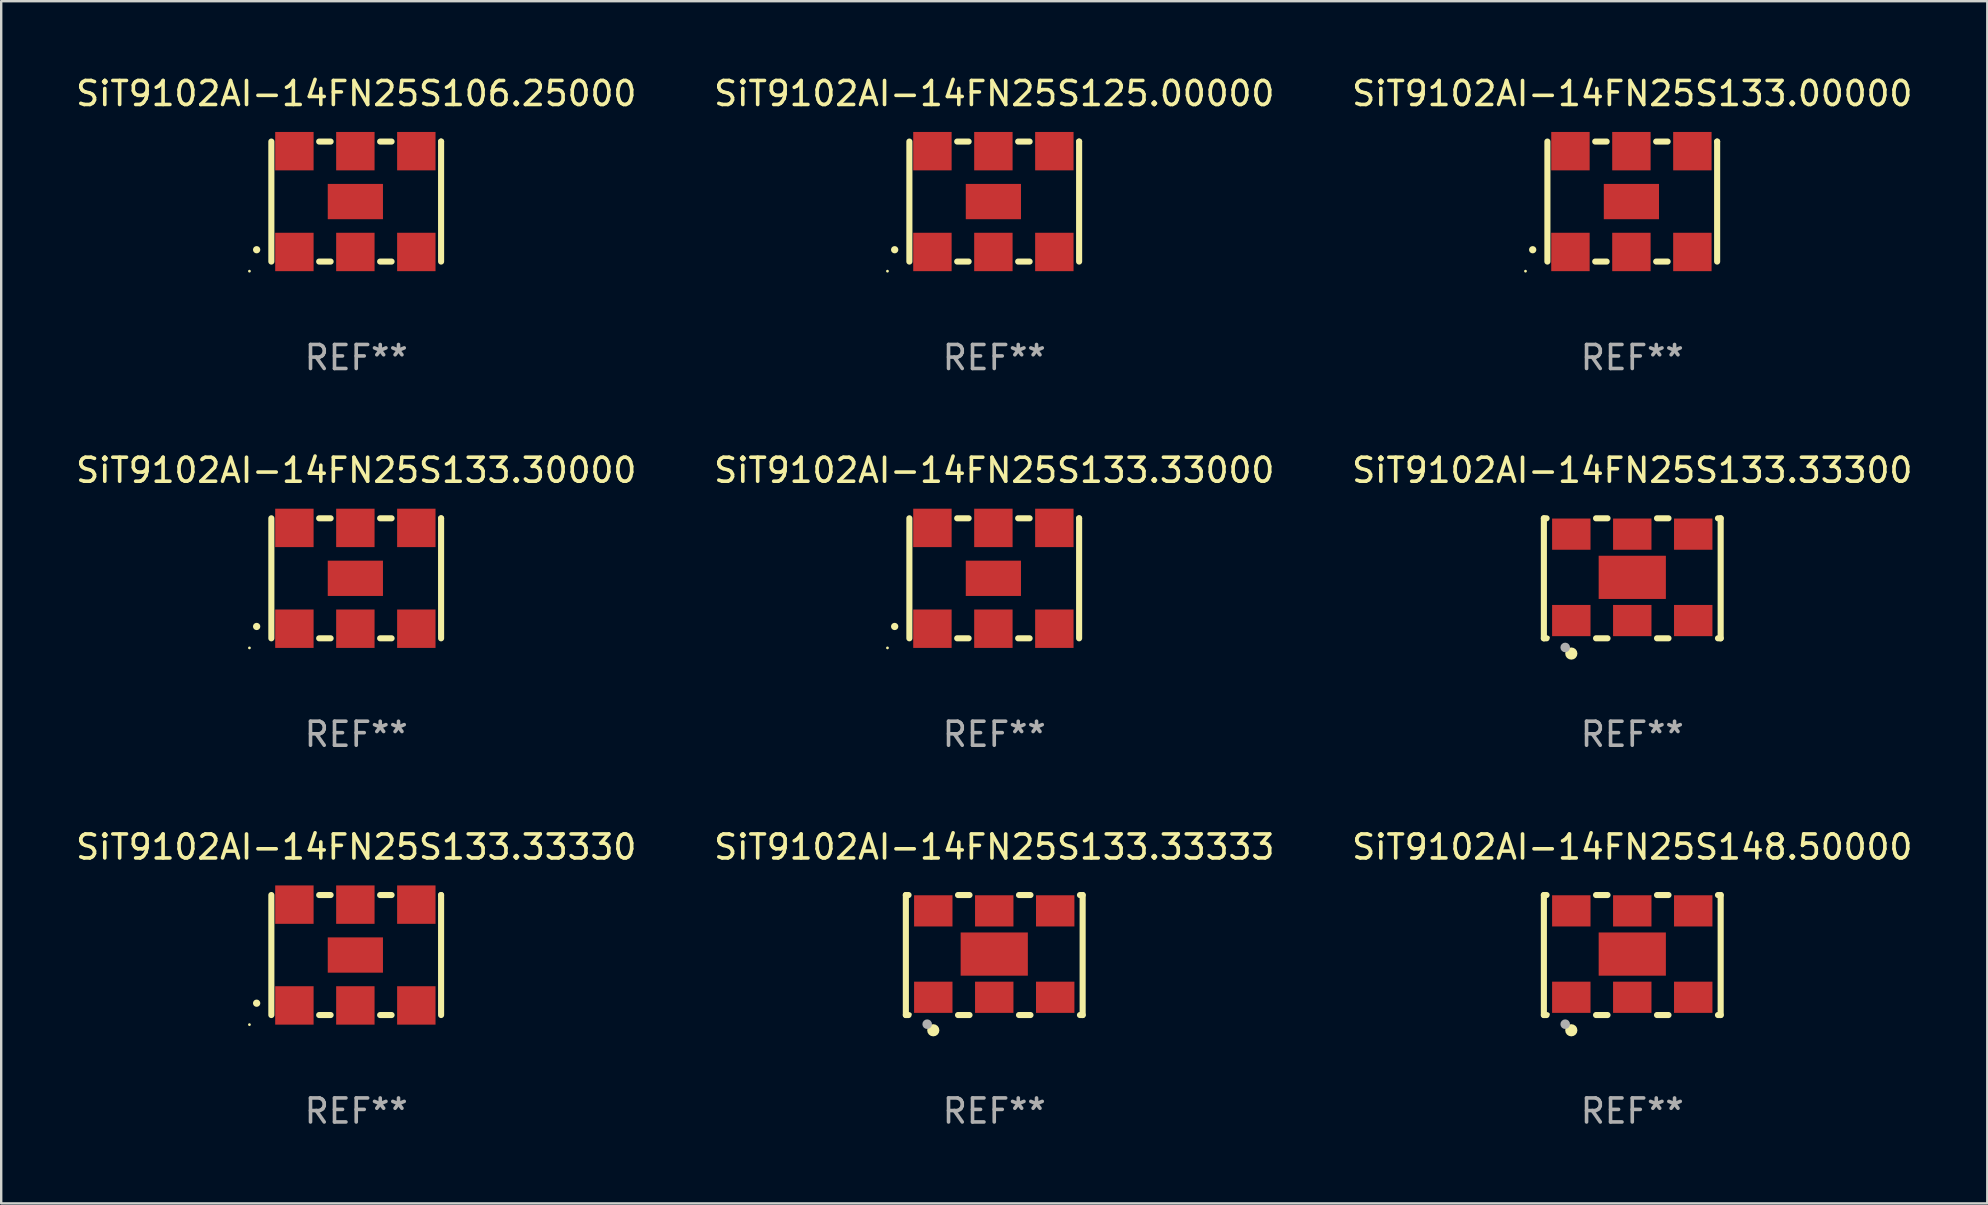
<source format=kicad_pcb>
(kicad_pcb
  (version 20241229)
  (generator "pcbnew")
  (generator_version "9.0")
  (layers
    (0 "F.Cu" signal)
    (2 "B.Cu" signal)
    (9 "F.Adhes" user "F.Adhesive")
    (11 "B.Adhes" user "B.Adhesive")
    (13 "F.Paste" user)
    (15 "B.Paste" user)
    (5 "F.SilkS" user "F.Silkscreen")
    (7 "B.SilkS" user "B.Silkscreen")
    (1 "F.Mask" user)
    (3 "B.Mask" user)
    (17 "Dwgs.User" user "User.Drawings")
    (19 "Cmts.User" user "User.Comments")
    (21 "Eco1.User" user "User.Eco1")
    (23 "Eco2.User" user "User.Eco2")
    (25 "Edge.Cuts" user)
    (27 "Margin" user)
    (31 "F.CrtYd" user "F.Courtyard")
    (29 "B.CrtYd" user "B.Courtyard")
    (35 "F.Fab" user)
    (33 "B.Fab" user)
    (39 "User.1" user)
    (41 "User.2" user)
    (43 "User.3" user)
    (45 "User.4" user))
  (footprint "SiT9102AI-14FN25S148.50000"
    (layer "F.Cu")
    (at 64.958 36.741)
    (property "Reference" "SiT9102AI-14FN25S148.50000" (at 0 -4.5 0) (layer "F.SilkS") (effects (font (size 1 1) (thickness 0.15))))
    (attr through_hole)
    (fp_line (start -3.683 -2.5) (end -3.571 -2.5) (stroke (width 0.254) (type solid)) (layer "F.SilkS"))
    (fp_line (start -3.683 2.5) (end -3.683 -2.5) (stroke (width 0.254) (type solid)) (layer "F.SilkS"))
    (fp_line (start -3.683 2.5) (end -3.571 2.5) (stroke (width 0.254) (type solid)) (layer "F.SilkS"))
    (fp_line (start -1.509 -2.5) (end -1.031 -2.5) (stroke (width 0.254) (type solid)) (layer "F.SilkS"))
    (fp_line (start -1.509 2.5) (end -1.031 2.5) (stroke (width 0.254) (type solid)) (layer "F.SilkS"))
    (fp_line (start 1.031 -2.5) (end 1.509 -2.5) (stroke (width 0.254) (type solid)) (layer "F.SilkS"))
    (fp_line (start 1.031 2.5) (end 1.509 2.5) (stroke (width 0.254) (type solid)) (layer "F.SilkS"))
    (fp_line (start 3.571 -2.5) (end 3.683 -2.5) (stroke (width 0.254) (type solid)) (layer "F.SilkS"))
    (fp_line (start 3.571 2.5) (end 3.683 2.5) (stroke (width 0.254) (type solid)) (layer "F.SilkS"))
    (fp_line (start 3.683 2.5) (end 3.683 -2.5) (stroke (width 0.254) (type solid)) (layer "F.SilkS"))
    (fp_circle (center -3.5 2.46) (end -3.47 2.46) (stroke (width 0.06) (type solid)) (fill no) (layer "F.SilkS"))
    (fp_circle (center -2.54 3.135) (end -2.413 3.135) (stroke (width 0.254) (type solid)) (fill no) (layer "F.SilkS"))
    (fp_circle (center -2.794 2.881) (end -2.694 2.881) (stroke (width 0.2) (type solid)) (fill no) (layer "F.Fab"))
    (fp_text user "REF**" (at 0 6.5 0) (layer "F.Fab") (effects (font (size 1 1) (thickness 0.15))))
    (pad "1" smd rect (at -2.54 1.76) (size 1.6 1.3) (layers "F.Cu" "F.Mask" "F.Paste"))
    (pad "2" smd rect (at 0 1.76) (size 1.6 1.3) (layers "F.Cu" "F.Mask" "F.Paste"))
    (pad "3" smd rect (at 2.54 1.76) (size 1.6 1.3) (layers "F.Cu" "F.Mask" "F.Paste"))
    (pad "4" smd rect (at 2.54 -1.84) (size 1.6 1.3) (layers "F.Cu" "F.Mask" "F.Paste"))
    (pad "5" smd rect (at 0 -1.84) (size 1.6 1.3) (layers "F.Cu" "F.Mask" "F.Paste"))
    (pad "6" smd rect (at -2.54 -1.84) (size 1.6 1.3) (layers "F.Cu" "F.Mask" "F.Paste"))
    (pad "7" smd rect (at 0 -0.04) (size 2.8 1.8) (layers "F.Cu" "F.Mask" "F.Paste")))
  (footprint "SiT9102AI-14FN25S133.33000"
    (layer "F.Cu")
    (at 38.375 21.045)
    (property "Reference" "SiT9102AI-14FN25S133.33000" (at 0 -4.5 0) (layer "F.SilkS") (effects (font (size 1 1) (thickness 0.15))))
    (attr through_hole)
    (fp_line (start -3.536 -2.5) (end -3.536 2.5) (stroke (width 0.254) (type solid)) (layer "F.SilkS"))
    (fp_line (start -1.544 2.5) (end -1.067 2.5) (stroke (width 0.254) (type solid)) (layer "F.SilkS"))
    (fp_line (start -1.067 -2.5) (end -1.544 -2.5) (stroke (width 0.254) (type solid)) (layer "F.SilkS"))
    (fp_line (start 0.996 2.5) (end 1.473 2.5) (stroke (width 0.254) (type solid)) (layer "F.SilkS"))
    (fp_line (start 1.473 -2.5) (end 0.996 -2.5) (stroke (width 0.254) (type solid)) (layer "F.SilkS"))
    (fp_line (start 3.536 -2.5) (end 3.536 -2.5) (stroke (width 0.254) (type solid)) (layer "F.SilkS"))
    (fp_line (start 3.536 2.5) (end 3.536 -2.5) (stroke (width 0.254) (type solid)) (layer "F.SilkS"))
    (fp_arc (start -4.150432 2.006604) (mid -4.149162 2.006599) (end -4.147892 2.006604) (stroke (width 0.3) (type solid)) (layer "F.SilkS"))
    (fp_circle (center -4.449 2.9) (end -4.419 2.9) (stroke (width 0.06) (type solid)) (fill no) (layer "F.SilkS"))
    (fp_text user "REF**" (at 0 6.5 0) (layer "F.Fab") (effects (font (size 1 1) (thickness 0.15))))
    (pad "1" smd rect (at -2.576 2.1) (size 1.6 1.6) (layers "F.Cu" "F.Mask" "F.Paste"))
    (pad "2" smd rect (at -0.036 2.1) (size 1.6 1.6) (layers "F.Cu" "F.Mask" "F.Paste"))
    (pad "3" smd rect (at 2.504 2.1) (size 1.6 1.6) (layers "F.Cu" "F.Mask" "F.Paste"))
    (pad "4" smd rect (at 2.504 -2.1) (size 1.6 1.6) (layers "F.Cu" "F.Mask" "F.Paste"))
    (pad "5" smd rect (at -0.036 -2.1) (size 1.6 1.6) (layers "F.Cu" "F.Mask" "F.Paste"))
    (pad "6" smd rect (at -2.576 -2.1) (size 1.6 1.6) (layers "F.Cu" "F.Mask" "F.Paste"))
    (pad "7" smd rect (at -0.036 0) (size 2.3 1.47) (layers "F.Cu" "F.Mask" "F.Paste")))
  (footprint "SiT9102AI-14FN25S133.30000"
    (layer "F.Cu")
    (at 11.792 21.045)
    (property "Reference" "SiT9102AI-14FN25S133.30000" (at 0 -4.5 0) (layer "F.SilkS") (effects (font (size 1 1) (thickness 0.15))))
    (attr through_hole)
    (fp_line (start -3.536 -2.5) (end -3.536 2.5) (stroke (width 0.254) (type solid)) (layer "F.SilkS"))
    (fp_line (start -1.544 2.5) (end -1.067 2.5) (stroke (width 0.254) (type solid)) (layer "F.SilkS"))
    (fp_line (start -1.067 -2.5) (end -1.544 -2.5) (stroke (width 0.254) (type solid)) (layer "F.SilkS"))
    (fp_line (start 0.996 2.5) (end 1.473 2.5) (stroke (width 0.254) (type solid)) (layer "F.SilkS"))
    (fp_line (start 1.473 -2.5) (end 0.996 -2.5) (stroke (width 0.254) (type solid)) (layer "F.SilkS"))
    (fp_line (start 3.536 -2.5) (end 3.536 -2.5) (stroke (width 0.254) (type solid)) (layer "F.SilkS"))
    (fp_line (start 3.536 2.5) (end 3.536 -2.5) (stroke (width 0.254) (type solid)) (layer "F.SilkS"))
    (fp_arc (start -4.150432 2.006604) (mid -4.149162 2.006599) (end -4.147892 2.006604) (stroke (width 0.3) (type solid)) (layer "F.SilkS"))
    (fp_circle (center -4.449 2.9) (end -4.419 2.9) (stroke (width 0.06) (type solid)) (fill no) (layer "F.SilkS"))
    (fp_text user "REF**" (at 0 6.5 0) (layer "F.Fab") (effects (font (size 1 1) (thickness 0.15))))
    (pad "1" smd rect (at -2.576 2.1) (size 1.6 1.6) (layers "F.Cu" "F.Mask" "F.Paste"))
    (pad "2" smd rect (at -0.036 2.1) (size 1.6 1.6) (layers "F.Cu" "F.Mask" "F.Paste"))
    (pad "3" smd rect (at 2.504 2.1) (size 1.6 1.6) (layers "F.Cu" "F.Mask" "F.Paste"))
    (pad "4" smd rect (at 2.504 -2.1) (size 1.6 1.6) (layers "F.Cu" "F.Mask" "F.Paste"))
    (pad "5" smd rect (at -0.036 -2.1) (size 1.6 1.6) (layers "F.Cu" "F.Mask" "F.Paste"))
    (pad "6" smd rect (at -2.576 -2.1) (size 1.6 1.6) (layers "F.Cu" "F.Mask" "F.Paste"))
    (pad "7" smd rect (at -0.036 0) (size 2.3 1.47) (layers "F.Cu" "F.Mask" "F.Paste")))
  (footprint "SiT9102AI-14FN25S133.33330"
    (layer "F.Cu")
    (at 11.792 36.741)
    (property "Reference" "SiT9102AI-14FN25S133.33330" (at 0 -4.5 0) (layer "F.SilkS") (effects (font (size 1 1) (thickness 0.15))))
    (attr through_hole)
    (fp_line (start -3.536 -2.5) (end -3.536 2.5) (stroke (width 0.254) (type solid)) (layer "F.SilkS"))
    (fp_line (start -1.544 2.5) (end -1.067 2.5) (stroke (width 0.254) (type solid)) (layer "F.SilkS"))
    (fp_line (start -1.067 -2.5) (end -1.544 -2.5) (stroke (width 0.254) (type solid)) (layer "F.SilkS"))
    (fp_line (start 0.996 2.5) (end 1.473 2.5) (stroke (width 0.254) (type solid)) (layer "F.SilkS"))
    (fp_line (start 1.473 -2.5) (end 0.996 -2.5) (stroke (width 0.254) (type solid)) (layer "F.SilkS"))
    (fp_line (start 3.536 -2.5) (end 3.536 -2.5) (stroke (width 0.254) (type solid)) (layer "F.SilkS"))
    (fp_line (start 3.536 2.5) (end 3.536 -2.5) (stroke (width 0.254) (type solid)) (layer "F.SilkS"))
    (fp_arc (start -4.150432 2.006604) (mid -4.149162 2.006599) (end -4.147892 2.006604) (stroke (width 0.3) (type solid)) (layer "F.SilkS"))
    (fp_circle (center -4.449 2.9) (end -4.419 2.9) (stroke (width 0.06) (type solid)) (fill no) (layer "F.SilkS"))
    (fp_text user "REF**" (at 0 6.5 0) (layer "F.Fab") (effects (font (size 1 1) (thickness 0.15))))
    (pad "1" smd rect (at -2.576 2.1) (size 1.6 1.6) (layers "F.Cu" "F.Mask" "F.Paste"))
    (pad "2" smd rect (at -0.036 2.1) (size 1.6 1.6) (layers "F.Cu" "F.Mask" "F.Paste"))
    (pad "3" smd rect (at 2.504 2.1) (size 1.6 1.6) (layers "F.Cu" "F.Mask" "F.Paste"))
    (pad "4" smd rect (at 2.504 -2.1) (size 1.6 1.6) (layers "F.Cu" "F.Mask" "F.Paste"))
    (pad "5" smd rect (at -0.036 -2.1) (size 1.6 1.6) (layers "F.Cu" "F.Mask" "F.Paste"))
    (pad "6" smd rect (at -2.576 -2.1) (size 1.6 1.6) (layers "F.Cu" "F.Mask" "F.Paste"))
    (pad "7" smd rect (at -0.036 0) (size 2.3 1.47) (layers "F.Cu" "F.Mask" "F.Paste")))
  (footprint "SiT9102AI-14FN25S133.00000"
    (layer "F.Cu")
    (at 64.958 5.348)
    (property "Reference" "SiT9102AI-14FN25S133.00000" (at 0 -4.5 0) (layer "F.SilkS") (effects (font (size 1 1) (thickness 0.15))))
    (attr through_hole)
    (fp_line (start -3.536 -2.5) (end -3.536 2.5) (stroke (width 0.254) (type solid)) (layer "F.SilkS"))
    (fp_line (start -1.544 2.5) (end -1.067 2.5) (stroke (width 0.254) (type solid)) (layer "F.SilkS"))
    (fp_line (start -1.067 -2.5) (end -1.544 -2.5) (stroke (width 0.254) (type solid)) (layer "F.SilkS"))
    (fp_line (start 0.996 2.5) (end 1.473 2.5) (stroke (width 0.254) (type solid)) (layer "F.SilkS"))
    (fp_line (start 1.473 -2.5) (end 0.996 -2.5) (stroke (width 0.254) (type solid)) (layer "F.SilkS"))
    (fp_line (start 3.536 -2.5) (end 3.536 -2.5) (stroke (width 0.254) (type solid)) (layer "F.SilkS"))
    (fp_line (start 3.536 2.5) (end 3.536 -2.5) (stroke (width 0.254) (type solid)) (layer "F.SilkS"))
    (fp_arc (start -4.150432 2.006604) (mid -4.149162 2.006599) (end -4.147892 2.006604) (stroke (width 0.3) (type solid)) (layer "F.SilkS"))
    (fp_circle (center -4.449 2.9) (end -4.419 2.9) (stroke (width 0.06) (type solid)) (fill no) (layer "F.SilkS"))
    (fp_text user "REF**" (at 0 6.5 0) (layer "F.Fab") (effects (font (size 1 1) (thickness 0.15))))
    (pad "1" smd rect (at -2.576 2.1) (size 1.6 1.6) (layers "F.Cu" "F.Mask" "F.Paste"))
    (pad "2" smd rect (at -0.036 2.1) (size 1.6 1.6) (layers "F.Cu" "F.Mask" "F.Paste"))
    (pad "3" smd rect (at 2.504 2.1) (size 1.6 1.6) (layers "F.Cu" "F.Mask" "F.Paste"))
    (pad "4" smd rect (at 2.504 -2.1) (size 1.6 1.6) (layers "F.Cu" "F.Mask" "F.Paste"))
    (pad "5" smd rect (at -0.036 -2.1) (size 1.6 1.6) (layers "F.Cu" "F.Mask" "F.Paste"))
    (pad "6" smd rect (at -2.576 -2.1) (size 1.6 1.6) (layers "F.Cu" "F.Mask" "F.Paste"))
    (pad "7" smd rect (at -0.036 0) (size 2.3 1.47) (layers "F.Cu" "F.Mask" "F.Paste")))
  (footprint "SiT9102AI-14FN25S133.33300"
    (layer "F.Cu")
    (at 64.958 21.045)
    (property "Reference" "SiT9102AI-14FN25S133.33300" (at 0 -4.5 0) (layer "F.SilkS") (effects (font (size 1 1) (thickness 0.15))))
    (attr through_hole)
    (fp_line (start -3.683 -2.5) (end -3.571 -2.5) (stroke (width 0.254) (type solid)) (layer "F.SilkS"))
    (fp_line (start -3.683 2.5) (end -3.683 -2.5) (stroke (width 0.254) (type solid)) (layer "F.SilkS"))
    (fp_line (start -3.683 2.5) (end -3.571 2.5) (stroke (width 0.254) (type solid)) (layer "F.SilkS"))
    (fp_line (start -1.509 -2.5) (end -1.031 -2.5) (stroke (width 0.254) (type solid)) (layer "F.SilkS"))
    (fp_line (start -1.509 2.5) (end -1.031 2.5) (stroke (width 0.254) (type solid)) (layer "F.SilkS"))
    (fp_line (start 1.031 -2.5) (end 1.509 -2.5) (stroke (width 0.254) (type solid)) (layer "F.SilkS"))
    (fp_line (start 1.031 2.5) (end 1.509 2.5) (stroke (width 0.254) (type solid)) (layer "F.SilkS"))
    (fp_line (start 3.571 -2.5) (end 3.683 -2.5) (stroke (width 0.254) (type solid)) (layer "F.SilkS"))
    (fp_line (start 3.571 2.5) (end 3.683 2.5) (stroke (width 0.254) (type solid)) (layer "F.SilkS"))
    (fp_line (start 3.683 2.5) (end 3.683 -2.5) (stroke (width 0.254) (type solid)) (layer "F.SilkS"))
    (fp_circle (center -3.5 2.46) (end -3.47 2.46) (stroke (width 0.06) (type solid)) (fill no) (layer "F.SilkS"))
    (fp_circle (center -2.54 3.135) (end -2.413 3.135) (stroke (width 0.254) (type solid)) (fill no) (layer "F.SilkS"))
    (fp_circle (center -2.794 2.881) (end -2.694 2.881) (stroke (width 0.2) (type solid)) (fill no) (layer "F.Fab"))
    (fp_text user "REF**" (at 0 6.5 0) (layer "F.Fab") (effects (font (size 1 1) (thickness 0.15))))
    (pad "1" smd rect (at -2.54 1.76) (size 1.6 1.3) (layers "F.Cu" "F.Mask" "F.Paste"))
    (pad "2" smd rect (at 0 1.76) (size 1.6 1.3) (layers "F.Cu" "F.Mask" "F.Paste"))
    (pad "3" smd rect (at 2.54 1.76) (size 1.6 1.3) (layers "F.Cu" "F.Mask" "F.Paste"))
    (pad "4" smd rect (at 2.54 -1.84) (size 1.6 1.3) (layers "F.Cu" "F.Mask" "F.Paste"))
    (pad "5" smd rect (at 0 -1.84) (size 1.6 1.3) (layers "F.Cu" "F.Mask" "F.Paste"))
    (pad "6" smd rect (at -2.54 -1.84) (size 1.6 1.3) (layers "F.Cu" "F.Mask" "F.Paste"))
    (pad "7" smd rect (at 0 -0.04) (size 2.8 1.8) (layers "F.Cu" "F.Mask" "F.Paste")))
  (footprint "SiT9102AI-14FN25S125.00000"
    (layer "F.Cu")
    (at 38.375 5.348)
    (property "Reference" "SiT9102AI-14FN25S125.00000" (at 0 -4.5 0) (layer "F.SilkS") (effects (font (size 1 1) (thickness 0.15))))
    (attr through_hole)
    (fp_line (start -3.536 -2.5) (end -3.536 2.5) (stroke (width 0.254) (type solid)) (layer "F.SilkS"))
    (fp_line (start -1.544 2.5) (end -1.067 2.5) (stroke (width 0.254) (type solid)) (layer "F.SilkS"))
    (fp_line (start -1.067 -2.5) (end -1.544 -2.5) (stroke (width 0.254) (type solid)) (layer "F.SilkS"))
    (fp_line (start 0.996 2.5) (end 1.473 2.5) (stroke (width 0.254) (type solid)) (layer "F.SilkS"))
    (fp_line (start 1.473 -2.5) (end 0.996 -2.5) (stroke (width 0.254) (type solid)) (layer "F.SilkS"))
    (fp_line (start 3.536 -2.5) (end 3.536 -2.5) (stroke (width 0.254) (type solid)) (layer "F.SilkS"))
    (fp_line (start 3.536 2.5) (end 3.536 -2.5) (stroke (width 0.254) (type solid)) (layer "F.SilkS"))
    (fp_arc (start -4.150432 2.006604) (mid -4.149162 2.006599) (end -4.147892 2.006604) (stroke (width 0.3) (type solid)) (layer "F.SilkS"))
    (fp_circle (center -4.449 2.9) (end -4.419 2.9) (stroke (width 0.06) (type solid)) (fill no) (layer "F.SilkS"))
    (fp_text user "REF**" (at 0 6.5 0) (layer "F.Fab") (effects (font (size 1 1) (thickness 0.15))))
    (pad "1" smd rect (at -2.576 2.1) (size 1.6 1.6) (layers "F.Cu" "F.Mask" "F.Paste"))
    (pad "2" smd rect (at -0.036 2.1) (size 1.6 1.6) (layers "F.Cu" "F.Mask" "F.Paste"))
    (pad "3" smd rect (at 2.504 2.1) (size 1.6 1.6) (layers "F.Cu" "F.Mask" "F.Paste"))
    (pad "4" smd rect (at 2.504 -2.1) (size 1.6 1.6) (layers "F.Cu" "F.Mask" "F.Paste"))
    (pad "5" smd rect (at -0.036 -2.1) (size 1.6 1.6) (layers "F.Cu" "F.Mask" "F.Paste"))
    (pad "6" smd rect (at -2.576 -2.1) (size 1.6 1.6) (layers "F.Cu" "F.Mask" "F.Paste"))
    (pad "7" smd rect (at -0.036 0) (size 2.3 1.47) (layers "F.Cu" "F.Mask" "F.Paste")))
  (footprint "SiT9102AI-14FN25S106.25000"
    (layer "F.Cu")
    (at 11.792 5.348)
    (property "Reference" "SiT9102AI-14FN25S106.25000" (at 0 -4.5 0) (layer "F.SilkS") (effects (font (size 1 1) (thickness 0.15))))
    (attr through_hole)
    (fp_line (start -3.536 -2.5) (end -3.536 2.5) (stroke (width 0.254) (type solid)) (layer "F.SilkS"))
    (fp_line (start -1.544 2.5) (end -1.067 2.5) (stroke (width 0.254) (type solid)) (layer "F.SilkS"))
    (fp_line (start -1.067 -2.5) (end -1.544 -2.5) (stroke (width 0.254) (type solid)) (layer "F.SilkS"))
    (fp_line (start 0.996 2.5) (end 1.473 2.5) (stroke (width 0.254) (type solid)) (layer "F.SilkS"))
    (fp_line (start 1.473 -2.5) (end 0.996 -2.5) (stroke (width 0.254) (type solid)) (layer "F.SilkS"))
    (fp_line (start 3.536 -2.5) (end 3.536 -2.5) (stroke (width 0.254) (type solid)) (layer "F.SilkS"))
    (fp_line (start 3.536 2.5) (end 3.536 -2.5) (stroke (width 0.254) (type solid)) (layer "F.SilkS"))
    (fp_arc (start -4.150432 2.006604) (mid -4.149162 2.006599) (end -4.147892 2.006604) (stroke (width 0.3) (type solid)) (layer "F.SilkS"))
    (fp_circle (center -4.449 2.9) (end -4.419 2.9) (stroke (width 0.06) (type solid)) (fill no) (layer "F.SilkS"))
    (fp_text user "REF**" (at 0 6.5 0) (layer "F.Fab") (effects (font (size 1 1) (thickness 0.15))))
    (pad "1" smd rect (at -2.576 2.1) (size 1.6 1.6) (layers "F.Cu" "F.Mask" "F.Paste"))
    (pad "2" smd rect (at -0.036 2.1) (size 1.6 1.6) (layers "F.Cu" "F.Mask" "F.Paste"))
    (pad "3" smd rect (at 2.504 2.1) (size 1.6 1.6) (layers "F.Cu" "F.Mask" "F.Paste"))
    (pad "4" smd rect (at 2.504 -2.1) (size 1.6 1.6) (layers "F.Cu" "F.Mask" "F.Paste"))
    (pad "5" smd rect (at -0.036 -2.1) (size 1.6 1.6) (layers "F.Cu" "F.Mask" "F.Paste"))
    (pad "6" smd rect (at -2.576 -2.1) (size 1.6 1.6) (layers "F.Cu" "F.Mask" "F.Paste"))
    (pad "7" smd rect (at -0.036 0) (size 2.3 1.47) (layers "F.Cu" "F.Mask" "F.Paste")))
  (footprint "SiT9102AI-14FN25S133.33333"
    (layer "F.Cu")
    (at 38.375 36.741)
    (property "Reference" "SiT9102AI-14FN25S133.33333" (at 0 -4.5 0) (layer "F.SilkS") (effects (font (size 1 1) (thickness 0.15))))
    (attr through_hole)
    (fp_line (start -3.683 -2.5) (end -3.571 -2.5) (stroke (width 0.254) (type solid)) (layer "F.SilkS"))
    (fp_line (start -3.683 2.5) (end -3.683 -2.5) (stroke (width 0.254) (type solid)) (layer "F.SilkS"))
    (fp_line (start -3.683 2.5) (end -3.571 2.5) (stroke (width 0.254) (type solid)) (layer "F.SilkS"))
    (fp_line (start -1.509 -2.5) (end -1.031 -2.5) (stroke (width 0.254) (type solid)) (layer "F.SilkS"))
    (fp_line (start -1.509 2.5) (end -1.031 2.5) (stroke (width 0.254) (type solid)) (layer "F.SilkS"))
    (fp_line (start 1.031 -2.5) (end 1.509 -2.5) (stroke (width 0.254) (type solid)) (layer "F.SilkS"))
    (fp_line (start 1.031 2.5) (end 1.509 2.5) (stroke (width 0.254) (type solid)) (layer "F.SilkS"))
    (fp_line (start 3.571 -2.5) (end 3.683 -2.5) (stroke (width 0.254) (type solid)) (layer "F.SilkS"))
    (fp_line (start 3.571 2.5) (end 3.683 2.5) (stroke (width 0.254) (type solid)) (layer "F.SilkS"))
    (fp_line (start 3.683 2.5) (end 3.683 -2.5) (stroke (width 0.254) (type solid)) (layer "F.SilkS"))
    (fp_circle (center -3.5 2.46) (end -3.47 2.46) (stroke (width 0.06) (type solid)) (fill no) (layer "F.SilkS"))
    (fp_circle (center -2.54 3.135) (end -2.413 3.135) (stroke (width 0.254) (type solid)) (fill no) (layer "F.SilkS"))
    (fp_circle (center -2.794 2.881) (end -2.694 2.881) (stroke (width 0.2) (type solid)) (fill no) (layer "F.Fab"))
    (fp_text user "REF**" (at 0 6.5 0) (layer "F.Fab") (effects (font (size 1 1) (thickness 0.15))))
    (pad "1" smd rect (at -2.54 1.76) (size 1.6 1.3) (layers "F.Cu" "F.Mask" "F.Paste"))
    (pad "2" smd rect (at 0 1.76) (size 1.6 1.3) (layers "F.Cu" "F.Mask" "F.Paste"))
    (pad "3" smd rect (at 2.54 1.76) (size 1.6 1.3) (layers "F.Cu" "F.Mask" "F.Paste"))
    (pad "4" smd rect (at 2.54 -1.84) (size 1.6 1.3) (layers "F.Cu" "F.Mask" "F.Paste"))
    (pad "5" smd rect (at 0 -1.84) (size 1.6 1.3) (layers "F.Cu" "F.Mask" "F.Paste"))
    (pad "6" smd rect (at -2.54 -1.84) (size 1.6 1.3) (layers "F.Cu" "F.Mask" "F.Paste"))
    (pad "7" smd rect (at 0 -0.04) (size 2.8 1.8) (layers "F.Cu" "F.Mask" "F.Paste")))
  (gr_rect
    (start -3 -3)
    (end 79.75 47.09)
    (stroke (width 0.1) (type default))
    (fill no)
    (layer "Edge.Cuts")))
</source>
